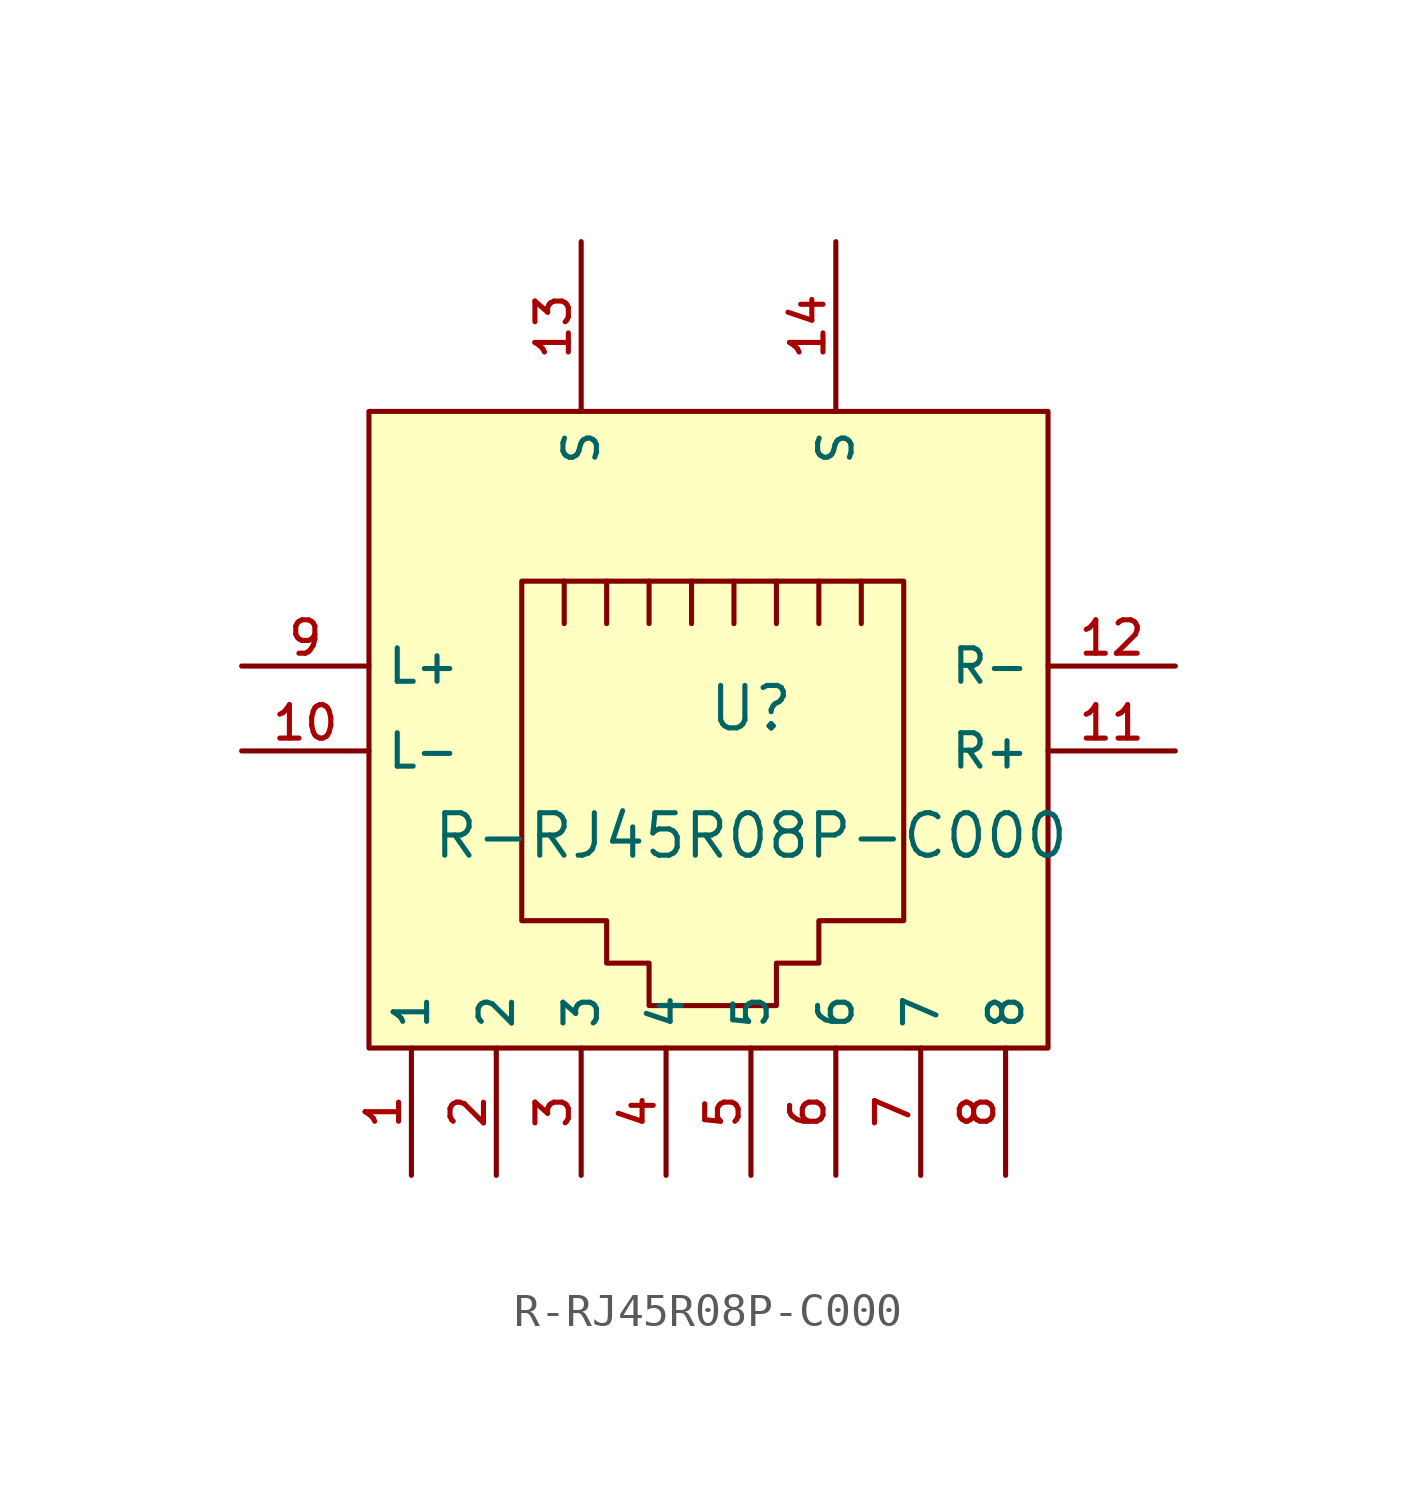
<source format=kicad_sym>
(kicad_symbol_lib
  (version 20231120)
  (generator "kicad_symbol_editor")
  (generator_version "8.0")
  (symbol "R-RJ45R08P-C000"
    (property "Reference" "U"
      (at 0 1.27 0)
      (effects (font (size 1.27 1.27))))
    (property "Value" "R-RJ45R08P-C000"
      (at 0 -2.54 0)
      (effects (font (size 1.27 1.27))))
    (symbol "R-RJ45R08P-C000_0_1"
      (rectangle (start -11.43 10.16) (end 8.89 -8.89) (stroke (width 0) (type default)) (fill (type background)))
      (polyline (pts (xy -5.588 3.81) (xy -5.588 5.08) (xy -5.588 5.08)) (stroke (width 0) (type default)) (fill (type none)))
      (polyline (pts (xy -4.318 5.08) (xy -4.318 3.81) (xy -4.318 3.81)) (stroke (width 0) (type default)) (fill (type none)))
      (polyline (pts (xy -3.048 5.08) (xy -3.048 3.81) (xy -3.048 3.81)) (stroke (width 0) (type default)) (fill (type none)))
      (polyline (pts (xy -1.778 5.08) (xy -1.778 3.81) (xy -1.778 3.81)) (stroke (width 0) (type default)) (fill (type none)))
      (polyline (pts (xy -0.508 5.08) (xy -0.508 3.81) (xy -0.508 3.81)) (stroke (width 0) (type default)) (fill (type none)))
      (polyline (pts (xy 0.762 5.08) (xy 0.762 3.81) (xy 0.762 3.81)) (stroke (width 0) (type default)) (fill (type none)))
      (polyline (pts (xy 2.032 3.81) (xy 2.032 5.08) (xy 2.032 5.08)) (stroke (width 0) (type default)) (fill (type none)))
      (polyline (pts (xy 3.302 3.81) (xy 3.302 5.08) (xy 3.302 5.08)) (stroke (width 0) (type default)) (fill (type none)))
      (polyline (pts (xy -6.858 5.08) (xy 4.572 5.08) (xy 4.572 -5.08) (xy 2.032 -5.08) (xy 2.032 -6.35) (xy 0.762 -6.35) (xy 0.762 -7.62) (xy -3.048 -7.62) (xy -3.048 -6.35) (xy -4.318 -6.35) (xy -4.318 -5.08) (xy -6.858 -5.08) (xy -6.858 5.08) (xy -6.858 5.08)) (stroke (width 0) (type default)) (fill (type none)))
      (pin passive line (at -10.16 -12.7 90) (length 3.81) (name "1" (effects (font (size 1 1)))) (number "1" (effects (font (size 1 1)))))
      (pin passive line (at -15.24 0 0) (length 3.81) (name "L-" (effects (font (size 1 1)))) (number "10" (effects (font (size 1 1)))))
      (pin passive line (at 12.7 0 180) (length 3.81) (name "R+" (effects (font (size 1 1)))) (number "11" (effects (font (size 1 1)))))
      (pin passive line (at 12.7 2.54 180) (length 3.81) (name "R-" (effects (font (size 1 1)))) (number "12" (effects (font (size 1 1)))))
      (pin passive line (at -5.08 15.24 270) (length 5.08) (name "S" (effects (font (size 1 1)))) (number "13" (effects (font (size 1 1)))))
      (pin passive line (at 2.54 15.24 270) (length 5.08) (name "S" (effects (font (size 1 1)))) (number "14" (effects (font (size 1 1)))))
      (pin passive line (at -7.62 -12.7 90) (length 3.81) (name "2" (effects (font (size 1 1)))) (number "2" (effects (font (size 1 1)))))
      (pin passive line (at -5.08 -12.7 90) (length 3.81) (name "3" (effects (font (size 1 1)))) (number "3" (effects (font (size 1 1)))))
      (pin passive line (at -2.54 -12.7 90) (length 3.81) (name "4" (effects (font (size 1 1)))) (number "4" (effects (font (size 1 1)))))
      (pin passive line (at 0 -12.7 90) (length 3.81) (name "5" (effects (font (size 1 1)))) (number "5" (effects (font (size 1 1)))))
      (pin passive line (at 2.54 -12.7 90) (length 3.81) (name "6" (effects (font (size 1 1)))) (number "6" (effects (font (size 1 1)))))
      (pin passive line (at 5.08 -12.7 90) (length 3.81) (name "7" (effects (font (size 1 1)))) (number "7" (effects (font (size 1 1)))))
      (pin passive line (at 7.62 -12.7 90) (length 3.81) (name "8" (effects (font (size 1 1)))) (number "8" (effects (font (size 1 1)))))
      (pin passive line (at -15.24 2.54 0) (length 3.81) (name "L+" (effects (font (size 1 1)))) (number "9" (effects (font (size 1 1))))))))
</source>
